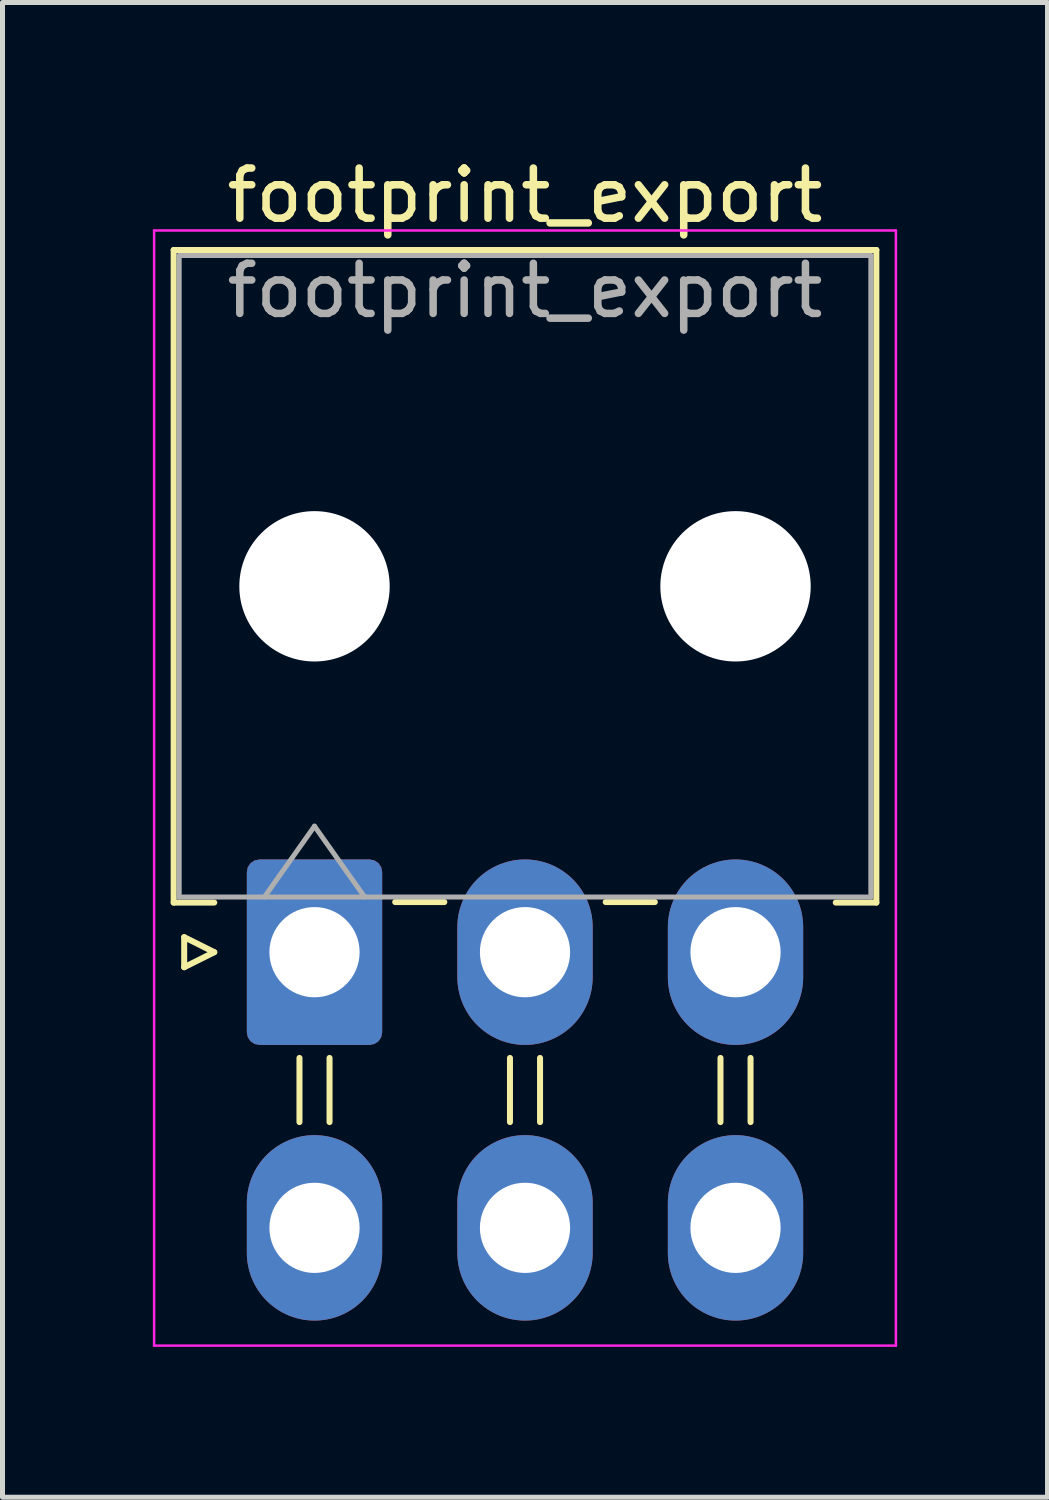
<source format=kicad_pcb>
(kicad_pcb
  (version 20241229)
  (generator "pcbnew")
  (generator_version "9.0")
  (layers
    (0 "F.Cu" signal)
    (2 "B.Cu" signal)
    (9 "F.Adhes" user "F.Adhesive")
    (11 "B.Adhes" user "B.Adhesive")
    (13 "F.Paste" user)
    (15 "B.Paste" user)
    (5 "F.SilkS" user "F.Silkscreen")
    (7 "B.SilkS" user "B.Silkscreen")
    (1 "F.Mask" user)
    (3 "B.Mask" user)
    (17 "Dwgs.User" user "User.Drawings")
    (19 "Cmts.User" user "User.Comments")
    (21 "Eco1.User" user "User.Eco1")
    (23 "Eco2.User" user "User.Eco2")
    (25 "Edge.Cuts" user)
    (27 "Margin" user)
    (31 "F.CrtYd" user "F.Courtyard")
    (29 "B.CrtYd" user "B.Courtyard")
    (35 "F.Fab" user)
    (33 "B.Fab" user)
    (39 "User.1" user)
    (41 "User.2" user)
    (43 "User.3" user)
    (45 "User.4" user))
  (footprint "footprint_export"
    (layer "F.Cu")
    (at 3.225 15.948)
    (property "Reference" "footprint_export" (at 4.2 -15.1 0) (layer "F.SilkS") (effects (font (size 1 1) (thickness 0.15))))
    (attr through_hole)
    (fp_line (start -2.81 -14.01) (end 4.2 -14.01) (stroke (width 0.12) (type solid)) (layer "F.SilkS"))
    (fp_line (start -2.81 -0.99) (end -2.81 -14.01) (stroke (width 0.12) (type solid)) (layer "F.SilkS"))
    (fp_line (start -2.6 -0.3) (end -2 0) (stroke (width 0.12) (type solid)) (layer "F.SilkS"))
    (fp_line (start -2.6 0.3) (end -2.6 -0.3) (stroke (width 0.12) (type solid)) (layer "F.SilkS"))
    (fp_line (start -2 -0.99) (end -2.81 -0.99) (stroke (width 0.12) (type solid)) (layer "F.SilkS"))
    (fp_line (start -2 0) (end -2.6 0.3) (stroke (width 0.12) (type solid)) (layer "F.SilkS"))
    (fp_line (start -0.3 2.11) (end -0.3 3.39) (stroke (width 0.12) (type solid)) (layer "F.SilkS"))
    (fp_line (start 0.3 2.11) (end 0.3 3.39) (stroke (width 0.12) (type solid)) (layer "F.SilkS"))
    (fp_line (start 1.61 -1) (end 2.59 -1) (stroke (width 0.12) (type solid)) (layer "F.SilkS"))
    (fp_line (start 3.9 2.11) (end 3.9 3.39) (stroke (width 0.12) (type solid)) (layer "F.SilkS"))
    (fp_line (start 4.5 2.11) (end 4.5 3.39) (stroke (width 0.12) (type solid)) (layer "F.SilkS"))
    (fp_line (start 5.81 -1) (end 6.79 -1) (stroke (width 0.12) (type solid)) (layer "F.SilkS"))
    (fp_line (start 8.1 2.11) (end 8.1 3.39) (stroke (width 0.12) (type solid)) (layer "F.SilkS"))
    (fp_line (start 8.7 2.11) (end 8.7 3.39) (stroke (width 0.12) (type solid)) (layer "F.SilkS"))
    (fp_line (start 10.4 -0.99) (end 11.21 -0.99) (stroke (width 0.12) (type solid)) (layer "F.SilkS"))
    (fp_line (start 11.21 -14.01) (end 4.2 -14.01) (stroke (width 0.12) (type solid)) (layer "F.SilkS"))
    (fp_line (start 11.21 -0.99) (end 11.21 -14.01) (stroke (width 0.12) (type solid)) (layer "F.SilkS"))
    (fp_line (start -3.2 -14.4) (end -3.2 7.85) (stroke (width 0.05) (type solid)) (layer "F.CrtYd"))
    (fp_line (start -3.2 7.85) (end 11.6 7.85) (stroke (width 0.05) (type solid)) (layer "F.CrtYd"))
    (fp_line (start 11.6 -14.4) (end -3.2 -14.4) (stroke (width 0.05) (type solid)) (layer "F.CrtYd"))
    (fp_line (start 11.6 7.85) (end 11.6 -14.4) (stroke (width 0.05) (type solid)) (layer "F.CrtYd"))
    (fp_line (start -2.7 -13.9) (end -2.7 -1.1) (stroke (width 0.1) (type solid)) (layer "F.Fab"))
    (fp_line (start -2.7 -1.1) (end 11.1 -1.1) (stroke (width 0.1) (type solid)) (layer "F.Fab"))
    (fp_line (start -1 -1.1) (end 0 -2.514) (stroke (width 0.1) (type solid)) (layer "F.Fab"))
    (fp_line (start 0 -2.514) (end 1 -1.1) (stroke (width 0.1) (type solid)) (layer "F.Fab"))
    (fp_line (start 11.1 -13.9) (end -2.7 -13.9) (stroke (width 0.1) (type solid)) (layer "F.Fab"))
    (fp_line (start 11.1 -1.1) (end 11.1 -13.9) (stroke (width 0.1) (type solid)) (layer "F.Fab"))
    (fp_text user "${REFERENCE}" (at 4.2 -13.2 0) (layer "F.Fab") (effects (font (size 1 1) (thickness 0.15))))
    (pad "" np_thru_hole circle (at 0 -7.3) (size 3 3) (drill 3) (layers "*.Cu" "*.Mask"))
    (pad "" np_thru_hole circle (at 8.4 -7.3) (size 3 3) (drill 3) (layers "*.Cu" "*.Mask"))
    (pad "1" thru_hole roundrect (at 0 0) (size 2.7 3.7) (drill 1.8) (layers "*.Cu" "*.Mask") (roundrect_rratio 0.093))
    (pad "2" thru_hole oval (at 4.2 0) (size 2.7 3.7) (drill 1.8) (layers "*.Cu" "*.Mask"))
    (pad "3" thru_hole oval (at 8.4 0) (size 2.7 3.7) (drill 1.8) (layers "*.Cu" "*.Mask"))
    (pad "4" thru_hole oval (at 0 5.5) (size 2.7 3.7) (drill 1.8) (layers "*.Cu" "*.Mask"))
    (pad "5" thru_hole oval (at 4.2 5.5) (size 2.7 3.7) (drill 1.8) (layers "*.Cu" "*.Mask"))
    (pad "6" thru_hole oval (at 8.4 5.5) (size 2.7 3.7) (drill 1.8) (layers "*.Cu" "*.Mask")))
  (gr_rect
    (start -3 -3)
    (end 17.85 26.823)
    (stroke (width 0.1) (type default))
    (fill no)
    (layer "Edge.Cuts")))
</source>
